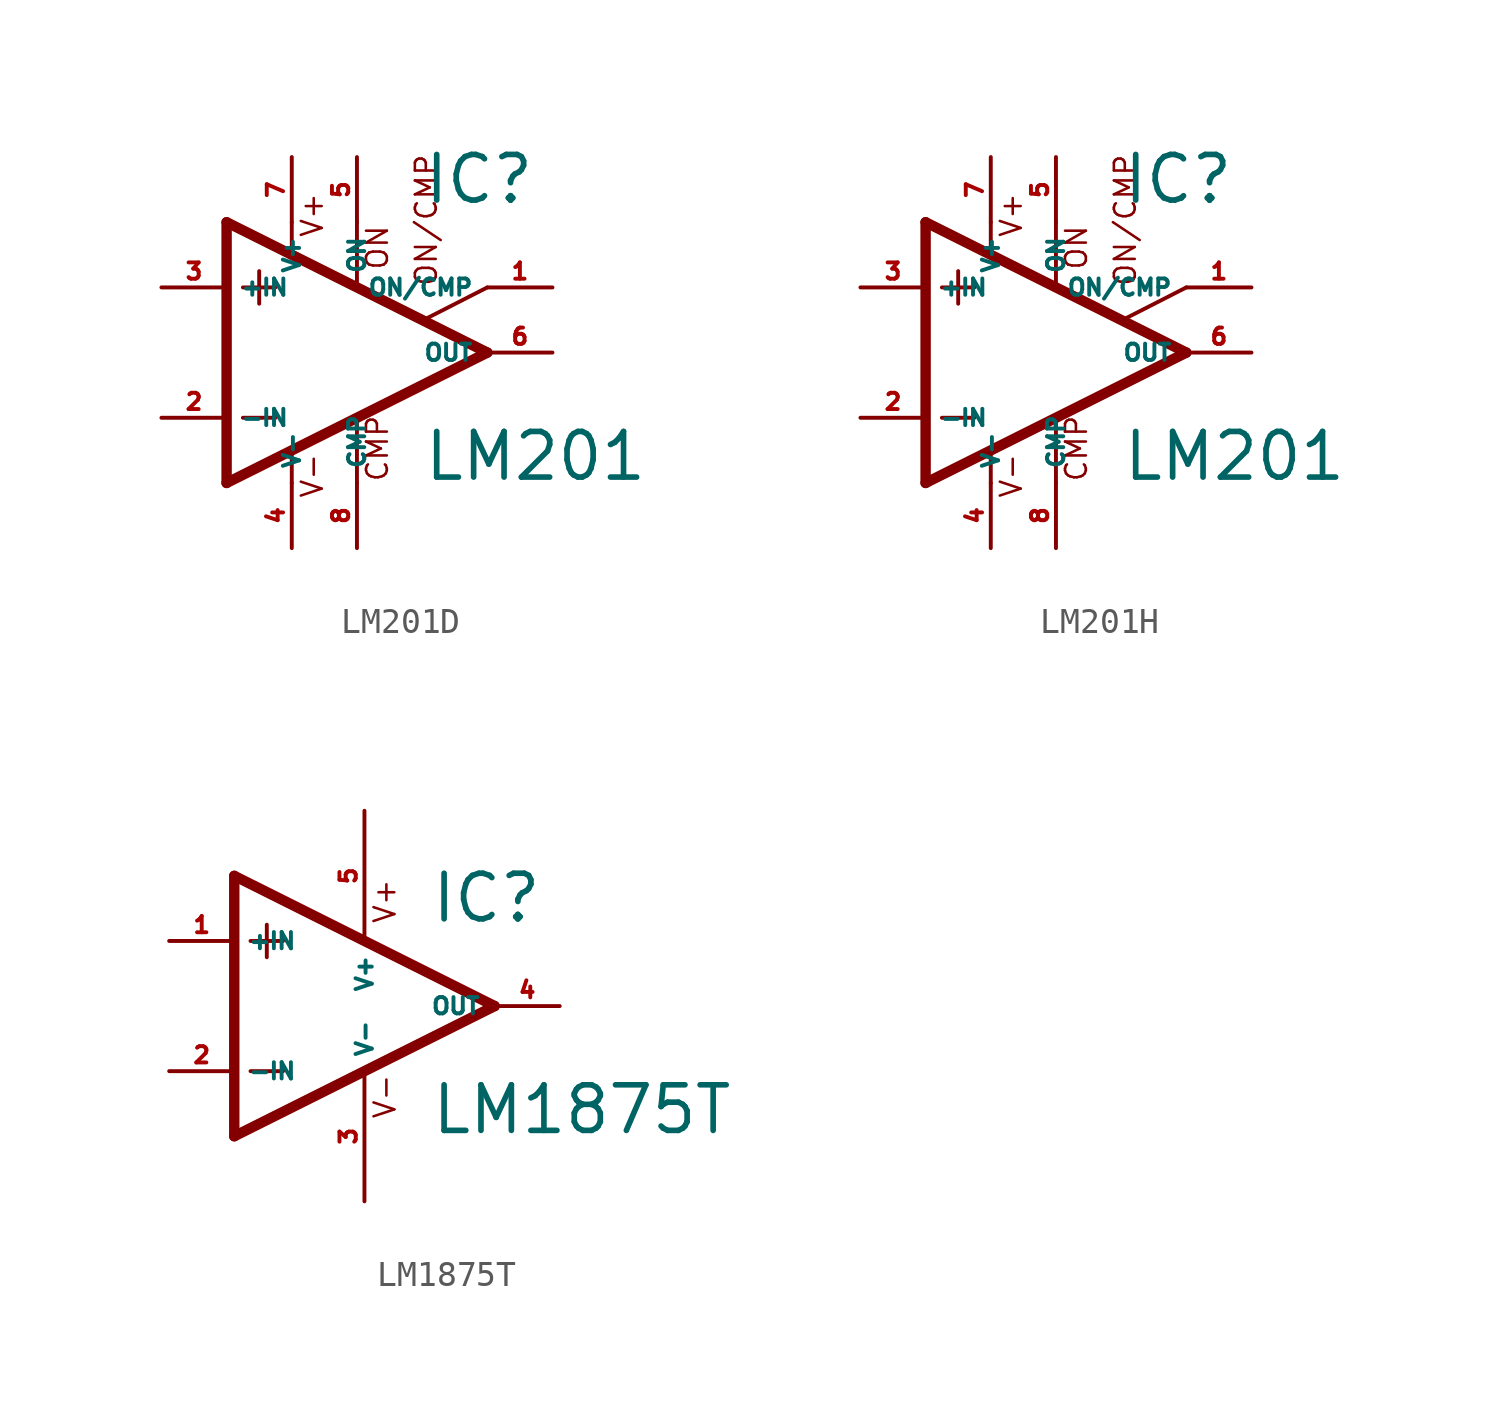
<source format=kicad_sym>
(kicad_symbol_lib
  (version 20220914)
  (generator Eagle2Kicad)
  (symbol "LM201D"
    (property "Reference" "IC"
      (at 2.54 5.715 0)
      (effects (font (size 1.778 1.778) (thickness 0.22)) (justify left bottom)))
    (property "Value" "LM201"
      (at 2.54 -5.08 0)
      (effects (font (size 1.778 1.778) (thickness 0.22)) (justify left bottom)))
    (polyline
      (pts (xy -3.81 3.175) (xy -3.81 1.905))
      (stroke (width 0.152) (type default))
      (fill (type none)))
    (polyline
      (pts (xy -4.445 2.54) (xy -3.175 2.54))
      (stroke (width 0.152) (type default))
      (fill (type none)))
    (polyline
      (pts (xy -4.445 -2.54) (xy -3.175 -2.54))
      (stroke (width 0.152) (type default))
      (fill (type none)))
    (polyline
      (pts (xy -5.08 5.08) (xy -5.08 -5.08))
      (stroke (width 0.406) (type default))
      (fill (type none)))
    (polyline
      (pts (xy -2.54 5.08) (xy -2.54 3.886))
      (stroke (width 0.152) (type default))
      (fill (type none)))
    (polyline
      (pts (xy 0 5.08) (xy 0 2.616))
      (stroke (width 0.152) (type default))
      (fill (type none)))
    (polyline
      (pts (xy 0 -5.08) (xy 0 -2.616))
      (stroke (width 0.152) (type default))
      (fill (type none)))
    (polyline
      (pts (xy 2.692 1.321) (xy 5.08 2.54))
      (stroke (width 0.152) (type default))
      (fill (type none)))
    (polyline
      (pts (xy -5.08 5.08) (xy 5.08 0))
      (stroke (width 0.406) (type default))
      (fill (type none)))
    (polyline
      (pts (xy -2.54 -3.886) (xy -2.54 -5.08))
      (stroke (width 0.152) (type default))
      (fill (type none)))
    (polyline
      (pts (xy -5.08 -5.08) (xy 5.08 0))
      (stroke (width 0.406) (type default))
      (fill (type none)))
    (text "ON"
      (at 1.27 3.175 900)
      (effects (font (size 0.813 0.813) (thickness 0.10)) (justify left bottom)))
    (text "CMP"
      (at 1.27 -5.08 900)
      (effects (font (size 0.813 0.813) (thickness 0.10)) (justify left bottom)))
    (text "ON/CMP"
      (at 3.175 2.54 900)
      (effects (font (size 0.813 0.813) (thickness 0.10)) (justify left bottom)))
    (text "V+"
      (at -1.27 4.445 900)
      (effects (font (size 0.813 0.813) (thickness 0.10)) (justify left bottom)))
    (text "V-"
      (at -1.27 -5.715 900)
      (effects (font (size 0.813 0.813) (thickness 0.10)) (justify left bottom)))
    (pin passive line
      (at 7.62 2.54 180)
      (length 2.54)
      (name "ON/CMP" (effects (font (size 0.635 0.635) (thickness 0.08)) (justify left bottom)))
      (number "1" (effects (font (size 0.635 0.635) (thickness 0.08)) (justify left bottom))))
    (pin input line
      (at -7.62 -2.54 0)
      (length 2.54)
      (name "-IN" (effects (font (size 0.635 0.635) (thickness 0.08)) (justify left bottom)))
      (number "2" (effects (font (size 0.635 0.635) (thickness 0.08)) (justify left bottom))))
    (pin input line
      (at -7.62 2.54 0)
      (length 2.54)
      (name "+IN" (effects (font (size 0.635 0.635) (thickness 0.08)) (justify left bottom)))
      (number "3" (effects (font (size 0.635 0.635) (thickness 0.08)) (justify left bottom))))
    (pin passive line
      (at 0 7.62 270)
      (length 2.54)
      (name "ON" (effects (font (size 0.635 0.635) (thickness 0.08)) (justify left bottom)))
      (number "5" (effects (font (size 0.635 0.635) (thickness 0.08)) (justify left bottom))))
    (pin output line
      (at 7.62 0 180)
      (length 2.54)
      (name "OUT" (effects (font (size 0.635 0.635) (thickness 0.08)) (justify left bottom)))
      (number "6" (effects (font (size 0.635 0.635) (thickness 0.08)) (justify left bottom))))
    (pin passive line
      (at 0 -7.62 90)
      (length 2.54)
      (name "CMP" (effects (font (size 0.635 0.635) (thickness 0.08)) (justify left bottom)))
      (number "8" (effects (font (size 0.635 0.635) (thickness 0.08)) (justify left bottom))))
    (pin unspecified line
      (at -2.54 7.62 270)
      (length 2.54)
      (name "V+" (effects (font (size 0.635 0.635) (thickness 0.08)) (justify left bottom)))
      (number "7" (effects (font (size 0.635 0.635) (thickness 0.08)) (justify left bottom))))
    (pin unspecified line
      (at -2.54 -7.62 90)
      (length 2.54)
      (name "V-" (effects (font (size 0.635 0.635) (thickness 0.08)) (justify left bottom)))
      (number "4" (effects (font (size 0.635 0.635) (thickness 0.08)) (justify left bottom)))))
  (symbol "LM201H"
    (property "Reference" "IC"
      (at 2.54 5.715 0)
      (effects (font (size 1.778 1.778) (thickness 0.22)) (justify left bottom)))
    (property "Value" "LM201"
      (at 2.54 -5.08 0)
      (effects (font (size 1.778 1.778) (thickness 0.22)) (justify left bottom)))
    (polyline
      (pts (xy -3.81 3.175) (xy -3.81 1.905))
      (stroke (width 0.152) (type default))
      (fill (type none)))
    (polyline
      (pts (xy -4.445 2.54) (xy -3.175 2.54))
      (stroke (width 0.152) (type default))
      (fill (type none)))
    (polyline
      (pts (xy -4.445 -2.54) (xy -3.175 -2.54))
      (stroke (width 0.152) (type default))
      (fill (type none)))
    (polyline
      (pts (xy -5.08 5.08) (xy -5.08 -5.08))
      (stroke (width 0.406) (type default))
      (fill (type none)))
    (polyline
      (pts (xy -2.54 5.08) (xy -2.54 3.886))
      (stroke (width 0.152) (type default))
      (fill (type none)))
    (polyline
      (pts (xy 0 5.08) (xy 0 2.616))
      (stroke (width 0.152) (type default))
      (fill (type none)))
    (polyline
      (pts (xy 0 -5.08) (xy 0 -2.616))
      (stroke (width 0.152) (type default))
      (fill (type none)))
    (polyline
      (pts (xy 2.692 1.321) (xy 5.08 2.54))
      (stroke (width 0.152) (type default))
      (fill (type none)))
    (polyline
      (pts (xy -5.08 5.08) (xy 5.08 0))
      (stroke (width 0.406) (type default))
      (fill (type none)))
    (polyline
      (pts (xy -2.54 -3.886) (xy -2.54 -5.08))
      (stroke (width 0.152) (type default))
      (fill (type none)))
    (polyline
      (pts (xy -5.08 -5.08) (xy 5.08 0))
      (stroke (width 0.406) (type default))
      (fill (type none)))
    (text "ON"
      (at 1.27 3.175 900)
      (effects (font (size 0.813 0.813) (thickness 0.10)) (justify left bottom)))
    (text "CMP"
      (at 1.27 -5.08 900)
      (effects (font (size 0.813 0.813) (thickness 0.10)) (justify left bottom)))
    (text "ON/CMP"
      (at 3.175 2.54 900)
      (effects (font (size 0.813 0.813) (thickness 0.10)) (justify left bottom)))
    (text "V+"
      (at -1.27 4.445 900)
      (effects (font (size 0.813 0.813) (thickness 0.10)) (justify left bottom)))
    (text "V-"
      (at -1.27 -5.715 900)
      (effects (font (size 0.813 0.813) (thickness 0.10)) (justify left bottom)))
    (pin passive line
      (at 7.62 2.54 180)
      (length 2.54)
      (name "ON/CMP" (effects (font (size 0.635 0.635) (thickness 0.08)) (justify left bottom)))
      (number "1" (effects (font (size 0.635 0.635) (thickness 0.08)) (justify left bottom))))
    (pin input line
      (at -7.62 -2.54 0)
      (length 2.54)
      (name "-IN" (effects (font (size 0.635 0.635) (thickness 0.08)) (justify left bottom)))
      (number "2" (effects (font (size 0.635 0.635) (thickness 0.08)) (justify left bottom))))
    (pin input line
      (at -7.62 2.54 0)
      (length 2.54)
      (name "+IN" (effects (font (size 0.635 0.635) (thickness 0.08)) (justify left bottom)))
      (number "3" (effects (font (size 0.635 0.635) (thickness 0.08)) (justify left bottom))))
    (pin passive line
      (at 0 7.62 270)
      (length 2.54)
      (name "ON" (effects (font (size 0.635 0.635) (thickness 0.08)) (justify left bottom)))
      (number "5" (effects (font (size 0.635 0.635) (thickness 0.08)) (justify left bottom))))
    (pin output line
      (at 7.62 0 180)
      (length 2.54)
      (name "OUT" (effects (font (size 0.635 0.635) (thickness 0.08)) (justify left bottom)))
      (number "6" (effects (font (size 0.635 0.635) (thickness 0.08)) (justify left bottom))))
    (pin passive line
      (at 0 -7.62 90)
      (length 2.54)
      (name "CMP" (effects (font (size 0.635 0.635) (thickness 0.08)) (justify left bottom)))
      (number "8" (effects (font (size 0.635 0.635) (thickness 0.08)) (justify left bottom))))
    (pin unspecified line
      (at -2.54 7.62 270)
      (length 2.54)
      (name "V+" (effects (font (size 0.635 0.635) (thickness 0.08)) (justify left bottom)))
      (number "7" (effects (font (size 0.635 0.635) (thickness 0.08)) (justify left bottom))))
    (pin unspecified line
      (at -2.54 -7.62 90)
      (length 2.54)
      (name "V-" (effects (font (size 0.635 0.635) (thickness 0.08)) (justify left bottom)))
      (number "4" (effects (font (size 0.635 0.635) (thickness 0.08)) (justify left bottom)))))
  (symbol "LM1875T"
    (property "Reference" "IC"
      (at 2.54 3.175 0)
      (effects (font (size 1.778 1.778) (thickness 0.22)) (justify left bottom)))
    (property "Value" "LM1875T"
      (at 2.54 -5.08 0)
      (effects (font (size 1.778 1.778) (thickness 0.22)) (justify left bottom)))
    (polyline
      (pts (xy -5.08 5.08) (xy -5.08 -5.08))
      (stroke (width 0.406) (type default))
      (fill (type none)))
    (polyline
      (pts (xy -5.08 -5.08) (xy 5.08 0))
      (stroke (width 0.406) (type default))
      (fill (type none)))
    (polyline
      (pts (xy 5.08 0) (xy -5.08 5.08))
      (stroke (width 0.406) (type default))
      (fill (type none)))
    (polyline
      (pts (xy -3.81 3.175) (xy -3.81 1.905))
      (stroke (width 0.152) (type default))
      (fill (type none)))
    (polyline
      (pts (xy -4.445 2.54) (xy -3.175 2.54))
      (stroke (width 0.152) (type default))
      (fill (type none)))
    (polyline
      (pts (xy -4.445 -2.54) (xy -3.175 -2.54))
      (stroke (width 0.152) (type default))
      (fill (type none)))
    (text "V+"
      (at 1.27 3.175 900)
      (effects (font (size 0.813 0.813) (thickness 0.10)) (justify left bottom)))
    (text "V-"
      (at 1.27 -4.445 900)
      (effects (font (size 0.813 0.813) (thickness 0.10)) (justify left bottom)))
    (pin input line
      (at -7.62 -2.54 0)
      (length 2.54)
      (name "-IN" (effects (font (size 0.635 0.635) (thickness 0.08)) (justify left bottom)))
      (number "2" (effects (font (size 0.635 0.635) (thickness 0.08)) (justify left bottom))))
    (pin input line
      (at -7.62 2.54 0)
      (length 2.54)
      (name "+IN" (effects (font (size 0.635 0.635) (thickness 0.08)) (justify left bottom)))
      (number "1" (effects (font (size 0.635 0.635) (thickness 0.08)) (justify left bottom))))
    (pin output line
      (at 7.62 0 180)
      (length 2.54)
      (name "OUT" (effects (font (size 0.635 0.635) (thickness 0.08)) (justify left bottom)))
      (number "4" (effects (font (size 0.635 0.635) (thickness 0.08)) (justify left bottom))))
    (pin unspecified line
      (at 0 7.62 270)
      (length 5.08)
      (name "V+" (effects (font (size 0.635 0.635) (thickness 0.08)) (justify left bottom)))
      (number "5" (effects (font (size 0.635 0.635) (thickness 0.08)) (justify left bottom))))
    (pin unspecified line
      (at 0 -7.62 90)
      (length 5.08)
      (name "V-" (effects (font (size 0.635 0.635) (thickness 0.08)) (justify left bottom)))
      (number "3" (effects (font (size 0.635 0.635) (thickness 0.08)) (justify left bottom))))))
</source>
